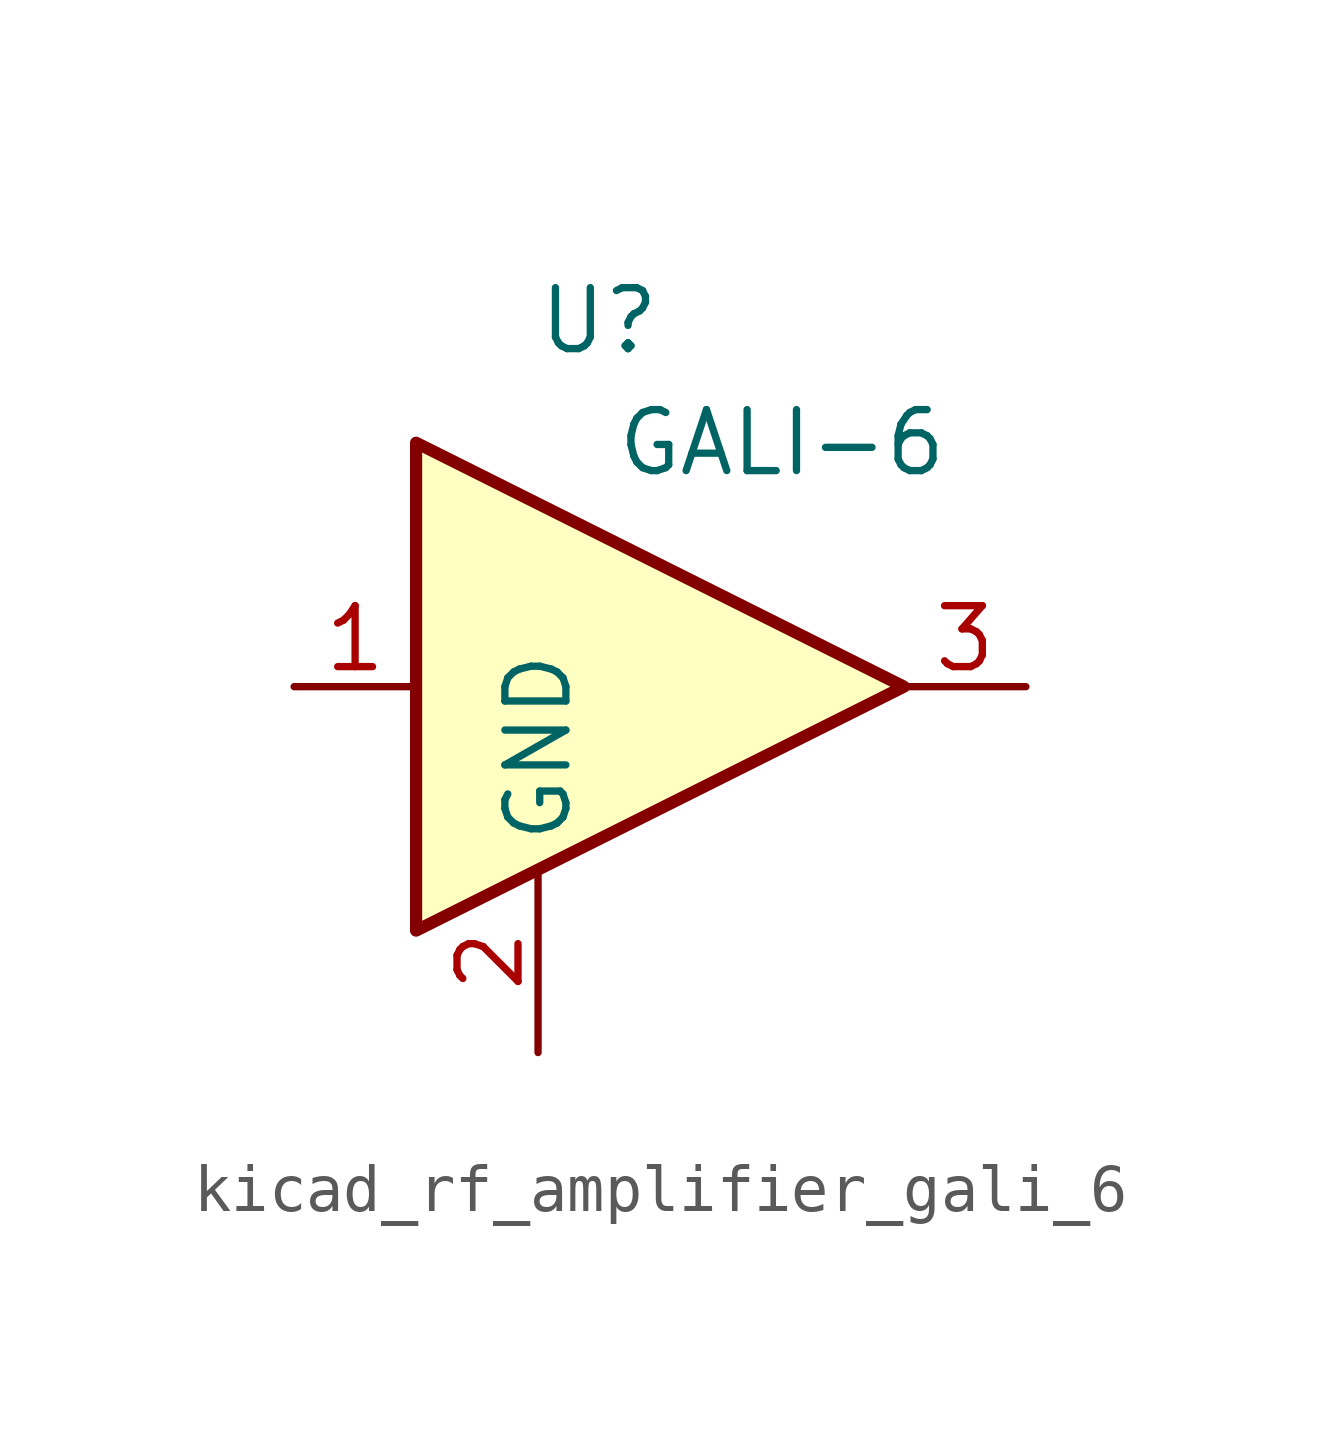
<source format=kicad_sym>
(kicad_symbol_lib
  (version 20220914)
  (generator kicad_symbol_editor)
  (symbol "kicad_rf_amplifier_gali_6"
    (property "Reference" "U"
      (at -1.27 7.62 0)
      (effects (font (size 1.27 1.27))))
    (property "Value" "GALI-6"
      (at 2.54 5.08 0)
      (effects (font (size 1.27 1.27))))
    (symbol "kicad_rf_amplifier_gali_6_0_1"
      (polyline (pts (xy 5.08 0) (xy -5.08 5.08) (xy -5.08 -5.08) (xy 5.08 0)) (stroke (width 0.254) (type default)) (fill (type background))))
    (symbol "kicad_rf_amplifier_gali_6_1_1"
      (pin input line (at -7.62 0 0) (length 2.54) (name "~" (effects (font (size 1.27 1.27)))) (number "1" (effects (font (size 1.27 1.27)))))
      (pin power_in line (at -2.54 -7.62 90) (length 3.81) (name "GND" (effects (font (size 1.27 1.27)))) (number "2" (effects (font (size 1.27 1.27)))))
      (pin output line (at 7.62 0 180) (length 2.54) (name "~" (effects (font (size 1.27 1.27)))) (number "3" (effects (font (size 1.27 1.27))))))))
</source>
